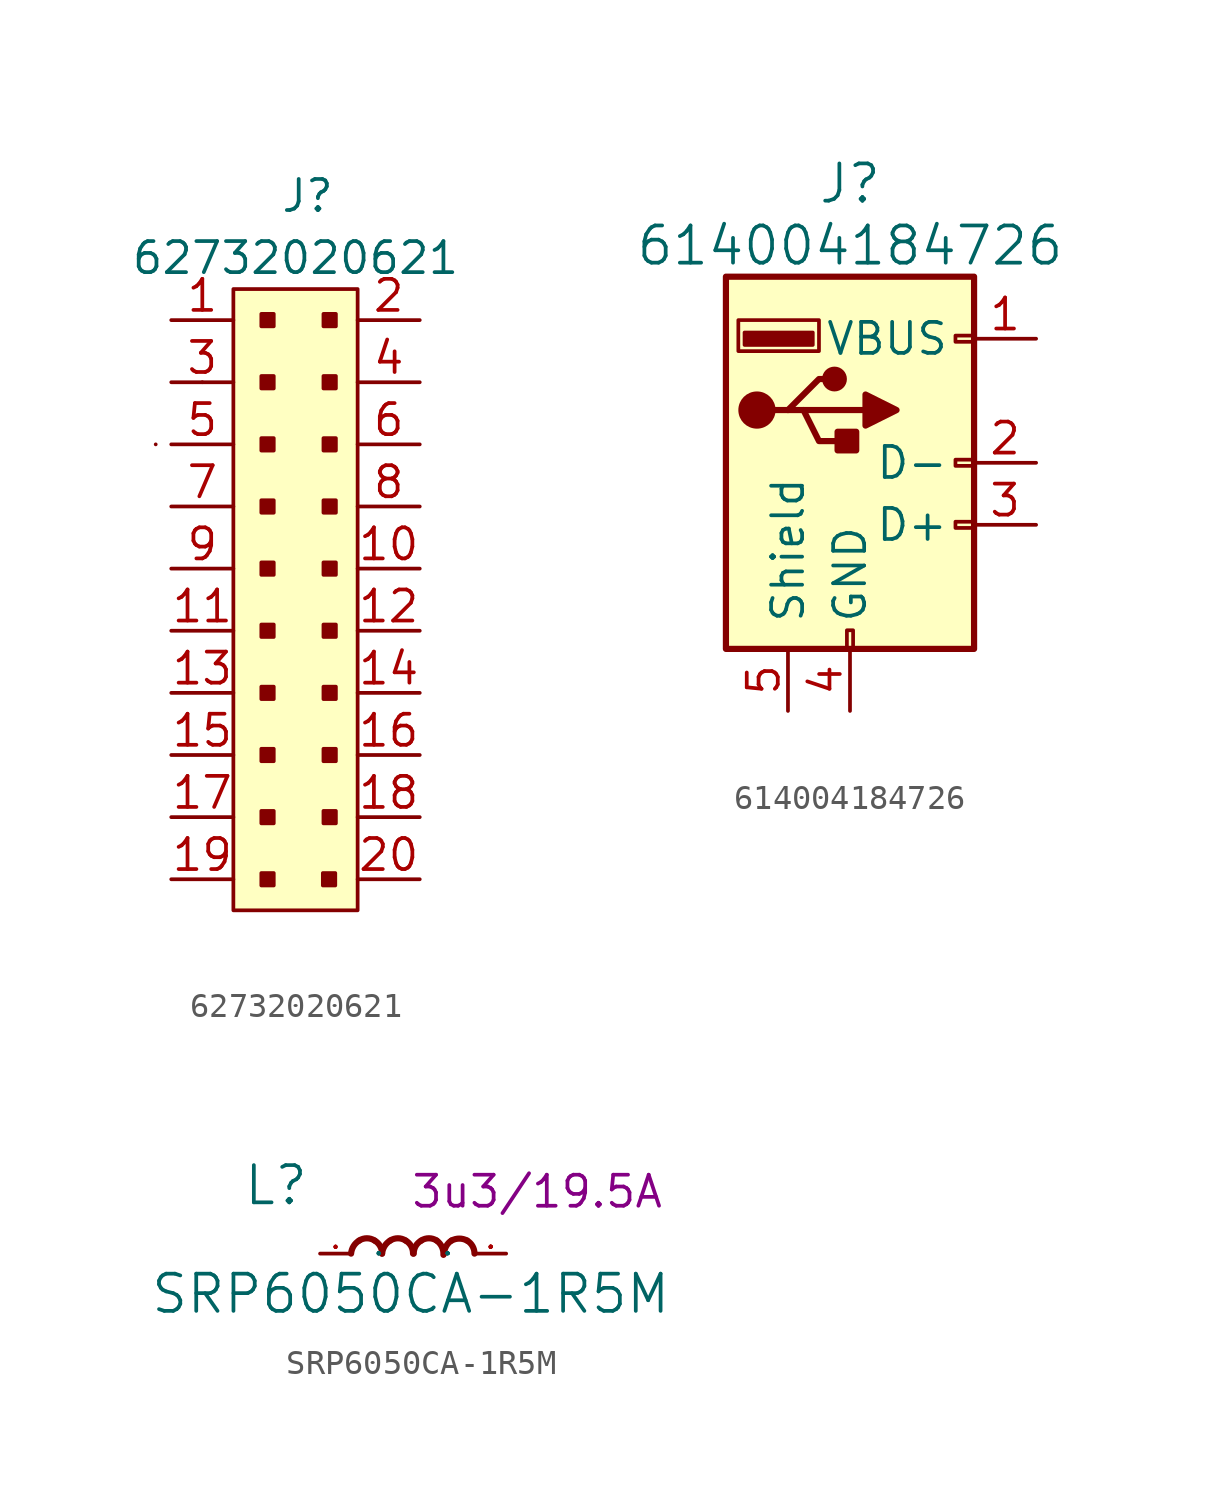
<source format=kicad_sym>
(kicad_symbol_lib
  (version 20211014)
  (generator kicad_symbol_editor)
  (symbol "62732020621"
    (pin_names
      (offset 1.016))
    (property "Reference" "J"
      (at -0.635 16.51 0)
      (effects (font (size 1.27 1.27)) (justify left)))
    (property "Value" "62732020621"
      (at 0 13.97 0)
      (effects (font (size 1.27 1.27))))
    (symbol "62732020621_0_1"
      (rectangle (start -5.715 6.35) (end -5.715 6.35) (stroke (width 0) (type default) (color 0 0 0 0)) (fill (type none)))
      (rectangle (start -3.81 8.89) (end -3.81 8.89) (stroke (width 0) (type default) (color 0 0 0 0)) (fill (type none)))
      (rectangle (start -2.54 12.7) (end 2.54 -12.7) (stroke (width 0) (type default) (color 0 0 0 0)) (fill (type background))))
    (symbol "62732020621_1_1"
      (rectangle (start -0.889 -11.684) (end -1.397 -11.176) (stroke (width 0) (type default) (color 0 0 0 0)) (fill (type outline)))
      (rectangle (start -0.889 -9.144) (end -1.397 -8.636) (stroke (width 0) (type default) (color 0 0 0 0)) (fill (type outline)))
      (rectangle (start -0.889 -6.604) (end -1.397 -6.096) (stroke (width 0) (type default) (color 0 0 0 0)) (fill (type outline)))
      (rectangle (start -0.889 -4.064) (end -1.397 -3.556) (stroke (width 0) (type default) (color 0 0 0 0)) (fill (type outline)))
      (rectangle (start -0.889 -1.524) (end -1.397 -1.016) (stroke (width 0) (type default) (color 0 0 0 0)) (fill (type outline)))
      (rectangle (start -0.889 1.016) (end -1.397 1.524) (stroke (width 0) (type default) (color 0 0 0 0)) (fill (type outline)))
      (rectangle (start -0.889 3.556) (end -1.397 4.064) (stroke (width 0) (type default) (color 0 0 0 0)) (fill (type outline)))
      (rectangle (start -0.889 6.096) (end -1.397 6.604) (stroke (width 0) (type default) (color 0 0 0 0)) (fill (type outline)))
      (rectangle (start -0.889 8.636) (end -1.397 9.144) (stroke (width 0) (type default) (color 0 0 0 0)) (fill (type outline)))
      (rectangle (start -0.889 11.176) (end -1.397 11.684) (stroke (width 0) (type default) (color 0 0 0 0)) (fill (type outline)))
      (rectangle (start 1.626 -11.684) (end 1.118 -11.176) (stroke (width 0) (type default) (color 0 0 0 0)) (fill (type outline)))
      (rectangle (start 1.651 -9.144) (end 1.143 -8.636) (stroke (width 0) (type default) (color 0 0 0 0)) (fill (type outline)))
      (rectangle (start 1.651 -6.604) (end 1.143 -6.096) (stroke (width 0) (type default) (color 0 0 0 0)) (fill (type outline)))
      (rectangle (start 1.651 -4.064) (end 1.143 -3.556) (stroke (width 0) (type default) (color 0 0 0 0)) (fill (type outline)))
      (rectangle (start 1.651 -1.524) (end 1.143 -1.016) (stroke (width 0) (type default) (color 0 0 0 0)) (fill (type outline)))
      (rectangle (start 1.651 1.016) (end 1.143 1.524) (stroke (width 0) (type default) (color 0 0 0 0)) (fill (type outline)))
      (rectangle (start 1.651 3.556) (end 1.143 4.064) (stroke (width 0) (type default) (color 0 0 0 0)) (fill (type outline)))
      (rectangle (start 1.651 6.096) (end 1.143 6.604) (stroke (width 0) (type default) (color 0 0 0 0)) (fill (type outline)))
      (rectangle (start 1.651 8.636) (end 1.143 9.144) (stroke (width 0) (type default) (color 0 0 0 0)) (fill (type outline)))
      (rectangle (start 1.651 11.176) (end 1.143 11.684) (stroke (width 0) (type default) (color 0 0 0 0)) (fill (type outline)))
      (pin passive line (at -5.08 11.43 0) (length 2.54) (name "~" (effects (font (size 1.27 1.27)))) (number "1" (effects (font (size 1.27 1.27)))))
      (pin passive line (at 5.08 1.27 180) (length 2.54) (name "~" (effects (font (size 1.27 1.27)))) (number "10" (effects (font (size 1.27 1.27)))))
      (pin passive line (at -5.08 -1.27 0) (length 2.54) (name "~" (effects (font (size 1.27 1.27)))) (number "11" (effects (font (size 1.27 1.27)))))
      (pin passive line (at 5.08 -1.27 180) (length 2.54) (name "~" (effects (font (size 1.27 1.27)))) (number "12" (effects (font (size 1.27 1.27)))))
      (pin passive line (at -5.08 -3.81 0) (length 2.54) (name "~" (effects (font (size 1.27 1.27)))) (number "13" (effects (font (size 1.27 1.27)))))
      (pin passive line (at 5.08 -3.81 180) (length 2.54) (name "~" (effects (font (size 1.27 1.27)))) (number "14" (effects (font (size 1.27 1.27)))))
      (pin passive line (at -5.08 -6.35 0) (length 2.54) (name "~" (effects (font (size 1.27 1.27)))) (number "15" (effects (font (size 1.27 1.27)))))
      (pin passive line (at 5.08 -6.35 180) (length 2.54) (name "~" (effects (font (size 1.27 1.27)))) (number "16" (effects (font (size 1.27 1.27)))))
      (pin passive line (at -5.08 -8.89 0) (length 2.54) (name "~" (effects (font (size 1.27 1.27)))) (number "17" (effects (font (size 1.27 1.27)))))
      (pin passive line (at 5.08 -8.89 180) (length 2.54) (name "~" (effects (font (size 1.27 1.27)))) (number "18" (effects (font (size 1.27 1.27)))))
      (pin passive line (at -5.08 -11.43 0) (length 2.54) (name "~" (effects (font (size 1.27 1.27)))) (number "19" (effects (font (size 1.27 1.27)))))
      (pin passive line (at 5.08 11.43 180) (length 2.54) (name "~" (effects (font (size 1.27 1.27)))) (number "2" (effects (font (size 1.27 1.27)))))
      (pin passive line (at 5.08 -11.43 180) (length 2.54) (name "~" (effects (font (size 1.27 1.27)))) (number "20" (effects (font (size 1.27 1.27)))))
      (pin passive line (at -5.08 8.89 0) (length 2.54) (name "~" (effects (font (size 1.27 1.27)))) (number "3" (effects (font (size 1.27 1.27)))))
      (pin passive line (at 5.08 8.89 180) (length 2.54) (name "~" (effects (font (size 1.27 1.27)))) (number "4" (effects (font (size 1.27 1.27)))))
      (pin passive line (at -5.08 6.35 0) (length 2.54) (name "~" (effects (font (size 1.27 1.27)))) (number "5" (effects (font (size 1.27 1.27)))))
      (pin passive line (at 5.08 6.35 180) (length 2.54) (name "~" (effects (font (size 1.27 1.27)))) (number "6" (effects (font (size 1.27 1.27)))))
      (pin passive line (at -5.08 3.81 0) (length 2.54) (name "~" (effects (font (size 1.27 1.27)))) (number "7" (effects (font (size 1.27 1.27)))))
      (pin passive line (at 5.08 3.81 180) (length 2.54) (name "~" (effects (font (size 1.27 1.27)))) (number "8" (effects (font (size 1.27 1.27)))))
      (pin passive line (at -5.08 1.27 0) (length 2.54) (name "~" (effects (font (size 1.27 1.27)))) (number "9" (effects (font (size 1.27 1.27)))))))
  (symbol "614004184726"
    (pin_names
      (offset 1.016))
    (property "Reference" "J"
      (at 0 10.795 0)
      (effects (font (size 1.524 1.524))))
    (property "Value" "614004184726"
      (at 0 8.255 0)
      (effects (font (size 1.524 1.524))))
    (symbol "614004184726_0_1"
      (rectangle (start -5.08 -8.255) (end 5.08 6.985) (stroke (width 0.254) (type default) (color 0 0 0 0)) (fill (type background)))
      (circle (center -3.81 1.524) (radius 0.635) (stroke (width 0.254) (type default) (color 0 0 0 0)) (fill (type outline)))
      (rectangle (start -1.524 4.191) (end -4.318 4.699) (stroke (width 0) (type default) (color 0 0 0 0)) (fill (type outline)))
      (rectangle (start -1.27 3.937) (end -4.572 5.207) (stroke (width 0) (type default) (color 0 0 0 0)) (fill (type none)))
      (circle (center -0.635 2.794) (radius 0.381) (stroke (width 0.254) (type default) (color 0 0 0 0)) (fill (type outline)))
      (rectangle (start -0.127 -8.255) (end 0.127 -7.493) (stroke (width 0) (type default) (color 0 0 0 0)) (fill (type none)))
      (polyline (pts (xy -3.175 1.524) (xy -2.54 1.524) (xy -1.27 2.794) (xy -0.635 2.794)) (stroke (width 0.254) (type default) (color 0 0 0 0)) (fill (type none)))
      (polyline (pts (xy -2.54 1.524) (xy -1.905 1.524) (xy -1.27 0.254) (xy 0 0.254)) (stroke (width 0.254) (type default) (color 0 0 0 0)) (fill (type none)))
      (polyline (pts (xy 0.635 2.159) (xy 0.635 0.889) (xy 1.905 1.524) (xy 0.635 2.159)) (stroke (width 0.254) (type default) (color 0 0 0 0)) (fill (type outline)))
      (rectangle (start 0.254 0.635) (end -0.508 -0.127) (stroke (width 0.254) (type default) (color 0 0 0 0)) (fill (type outline)))
      (rectangle (start 5.08 -3.302) (end 4.318 -3.048) (stroke (width 0) (type default) (color 0 0 0 0)) (fill (type none)))
      (rectangle (start 5.08 -0.762) (end 4.318 -0.508) (stroke (width 0) (type default) (color 0 0 0 0)) (fill (type none)))
      (rectangle (start 5.08 4.318) (end 4.318 4.572) (stroke (width 0) (type default) (color 0 0 0 0)) (fill (type none))))
    (symbol "614004184726_1_1"
      (polyline (pts (xy -1.905 1.524) (xy 0.635 1.524)) (stroke (width 0.254) (type default) (color 0 0 0 0)) (fill (type none)))
      (pin power_in line (at 7.62 4.445 180) (length 2.54) (name "VBUS" (effects (font (size 1.27 1.27)))) (number "1" (effects (font (size 1.27 1.27)))))
      (pin bidirectional line (at 7.62 -0.635 180) (length 2.54) (name "D-" (effects (font (size 1.27 1.27)))) (number "2" (effects (font (size 1.27 1.27)))))
      (pin bidirectional line (at 7.62 -3.175 180) (length 2.54) (name "D+" (effects (font (size 1.27 1.27)))) (number "3" (effects (font (size 1.27 1.27)))))
      (pin power_in line (at 0 -10.795 90) (length 2.54) (name "GND" (effects (font (size 1.27 1.27)))) (number "4" (effects (font (size 1.27 1.27)))))
      (pin passive line (at -2.54 -10.795 90) (length 2.54) (name "Shield" (effects (font (size 1.27 1.27)))) (number "5" (effects (font (size 1.27 1.27)))))))
  (symbol " SRP6050CA-1R5M"
    (pin_names
      (offset 1.016))
    (property "Reference" "L"
      (at -6.985 1.905 0)
      (effects (font (size 1.524 1.524)) (justify left bottom)))
    (property "Value" " SRP6050CA-1R5M"
      (at -10.795 -2.54 0)
      (effects (font (size 1.524 1.524)) (justify left bottom)))
    (property "Val" "3u3/19.5A"
      (at 5.08 2.54 0)
      (effects (font (size 1.27 1.27))))
    (symbol " SRP6050CA-1R5M_0_1"
      (pin passive line (at -3.81 0 0) (length 1.27) (name "P" (effects (font (size 0.025 0.025)))) (number "1" (effects (font (size 0.025 0.025)))))
      (pin passive line (at 3.81 0 180) (length 1.27) (name "P" (effects (font (size 0.025 0.025)))) (number "2" (effects (font (size 0.025 0.025))))))
    (symbol " SRP6050CA-1R5M_1_1"
      (arc (start -2.2098 0.5334) (mid -2.4364 0.3084) (end -2.54 0) (stroke (width 0.254) (type default) (color 0 0 0 0)) (fill (type none)))
      (arc (start -1.5748 0.5334) (mid -1.894 0.6272) (end -2.2098 0.5334) (stroke (width 0.254) (type default) (color 0 0 0 0)) (fill (type none)))
      (arc (start -1.27 0) (mid -1.3503 0.309) (end -1.5748 0.5334) (stroke (width 0.254) (type default) (color 0 0 0 0)) (fill (type none)))
      (arc (start -0.9398 0.5334) (mid -1.1664 0.3084) (end -1.27 0) (stroke (width 0.254) (type default) (color 0 0 0 0)) (fill (type none)))
      (arc (start -0.3048 0.5334) (mid -0.624 0.6272) (end -0.9398 0.5334) (stroke (width 0.254) (type default) (color 0 0 0 0)) (fill (type none)))
      (arc (start 0 0) (mid -0.0803 0.309) (end -0.3048 0.5334) (stroke (width 0.254) (type default) (color 0 0 0 0)) (fill (type none)))
      (arc (start 0.3302 0.5334) (mid 0.1036 0.3084) (end 0.0254 0) (stroke (width 0.254) (type default) (color 0 0 0 0)) (fill (type none)))
      (arc (start 0.9652 0.5334) (mid 0.646 0.6272) (end 0.3302 0.5334) (stroke (width 0.254) (type default) (color 0 0 0 0)) (fill (type none)))
      (arc (start 1.2446 -0.0508) (mid 1.1813 0.2752) (end 0.9652 0.5334) (stroke (width 0.254) (type default) (color 0 0 0 0)) (fill (type none)))
      (arc (start 1.5748 0.5334) (mid 1.357 0.3053) (end 1.27 0) (stroke (width 0.254) (type default) (color 0 0 0 0)) (fill (type none)))
      (arc (start 2.2098 0.5334) (mid 1.8942 0.6142) (end 1.5748 0.5334) (stroke (width 0.254) (type default) (color 0 0 0 0)) (fill (type none)))
      (arc (start 2.5146 0) (mid 2.4322 0.306) (end 2.2098 0.5334) (stroke (width 0.254) (type default) (color 0 0 0 0)) (fill (type none))))))
</source>
